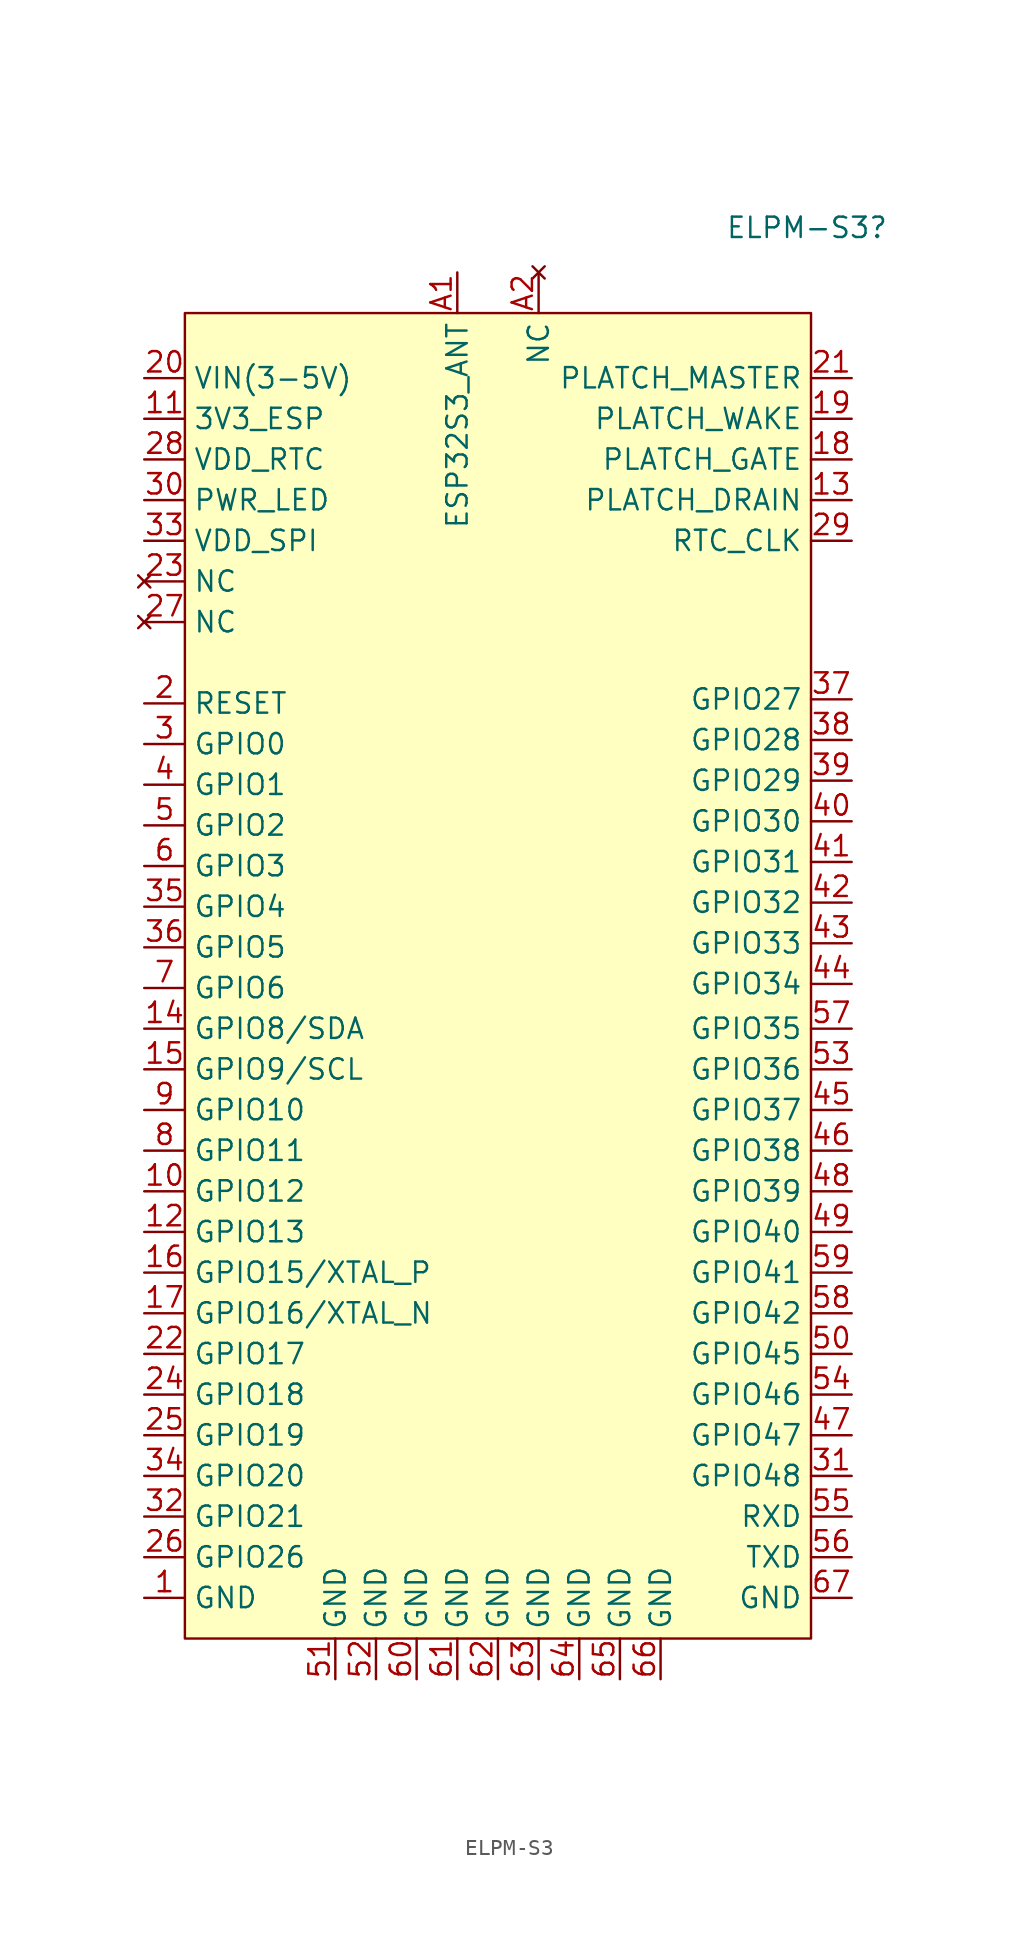
<source format=kicad_sym>
(kicad_symbol_lib
  (version 20231120)
  (generator "kicad_symbol_editor")
  (generator_version "8.0")
  (symbol "ELPM-S3"
    (property "Reference" "ELPM-S3"
      (at 19.304 45.466 0)
      (effects (font (size 1.27 1.27))))
    (property "Value" ""
      (at 11.684 45.212 0)
      (effects (font (size 1.27 1.27))))
    (symbol "ELPM-S3_1_1"
      (rectangle (start -19.558 40.132) (end 19.558 -42.672) (stroke (width 0) (type default)) (fill (type background)))
      (pin input line (at -22.098 -40.132 0) (length 2.54) (name "GND" (effects (font (size 1.27 1.27)))) (number "1" (effects (font (size 1.27 1.27)))))
      (pin input line (at -22.098 -14.732 0) (length 2.54) (name "GPIO12" (effects (font (size 1.27 1.27)))) (number "10" (effects (font (size 1.27 1.27)))))
      (pin input line (at -22.098 33.528 0) (length 2.54) (name "3V3_ESP" (effects (font (size 1.27 1.27)))) (number "11" (effects (font (size 1.27 1.27)))))
      (pin input line (at -22.098 -17.272 0) (length 2.54) (name "GPIO13" (effects (font (size 1.27 1.27)))) (number "12" (effects (font (size 1.27 1.27)))))
      (pin input line (at 22.098 28.448 180) (length 2.54) (name "PLATCH_DRAIN" (effects (font (size 1.27 1.27)))) (number "13" (effects (font (size 1.27 1.27)))))
      (pin input line (at -22.098 -4.572 0) (length 2.54) (name "GPIO8/SDA" (effects (font (size 1.27 1.27)))) (number "14" (effects (font (size 1.27 1.27)))))
      (pin input line (at -22.098 -7.112 0) (length 2.54) (name "GPIO9/SCL" (effects (font (size 1.27 1.27)))) (number "15" (effects (font (size 1.27 1.27)))))
      (pin input line (at -22.098 -19.812 0) (length 2.54) (name "GPIO15/XTAL_P" (effects (font (size 1.27 1.27)))) (number "16" (effects (font (size 1.27 1.27)))))
      (pin input line (at -22.098 -22.352 0) (length 2.54) (name "GPIO16/XTAL_N" (effects (font (size 1.27 1.27)))) (number "17" (effects (font (size 1.27 1.27)))))
      (pin input line (at 22.098 30.988 180) (length 2.54) (name "PLATCH_GATE" (effects (font (size 1.27 1.27)))) (number "18" (effects (font (size 1.27 1.27)))))
      (pin input line (at 22.098 33.528 180) (length 2.54) (name "PLATCH_WAKE" (effects (font (size 1.27 1.27)))) (number "19" (effects (font (size 1.27 1.27)))))
      (pin input line (at -22.098 15.748 0) (length 2.54) (name "RESET" (effects (font (size 1.27 1.27)))) (number "2" (effects (font (size 1.27 1.27)))))
      (pin input line (at -22.098 36.068 0) (length 2.54) (name "VIN(3-5V)" (effects (font (size 1.27 1.27)))) (number "20" (effects (font (size 1.27 1.27)))))
      (pin input line (at 22.098 36.068 180) (length 2.54) (name "PLATCH_MASTER" (effects (font (size 1.27 1.27)))) (number "21" (effects (font (size 1.27 1.27)))))
      (pin input line (at -22.098 -24.892 0) (length 2.54) (name "GPIO17" (effects (font (size 1.27 1.27)))) (number "22" (effects (font (size 1.27 1.27)))))
      (pin no_connect line (at -22.098 23.368 0) (length 2.54) (name "NC" (effects (font (size 1.27 1.27)))) (number "23" (effects (font (size 1.27 1.27)))))
      (pin input line (at -22.098 -27.432 0) (length 2.54) (name "GPIO18" (effects (font (size 1.27 1.27)))) (number "24" (effects (font (size 1.27 1.27)))))
      (pin input line (at -22.098 -29.972 0) (length 2.54) (name "GPIO19" (effects (font (size 1.27 1.27)))) (number "25" (effects (font (size 1.27 1.27)))))
      (pin input line (at -22.098 -37.592 0) (length 2.54) (name "GPIO26" (effects (font (size 1.27 1.27)))) (number "26" (effects (font (size 1.27 1.27)))))
      (pin no_connect line (at -22.098 20.828 0) (length 2.54) (name "NC" (effects (font (size 1.27 1.27)))) (number "27" (effects (font (size 1.27 1.27)))))
      (pin input line (at -22.098 30.988 0) (length 2.54) (name "VDD_RTC" (effects (font (size 1.27 1.27)))) (number "28" (effects (font (size 1.27 1.27)))))
      (pin input line (at 22.098 25.908 180) (length 2.54) (name "RTC_CLK" (effects (font (size 1.27 1.27)))) (number "29" (effects (font (size 1.27 1.27)))))
      (pin input line (at -22.098 13.208 0) (length 2.54) (name "GPIO0" (effects (font (size 1.27 1.27)))) (number "3" (effects (font (size 1.27 1.27)))))
      (pin input line (at -22.098 28.448 0) (length 2.54) (name "PWR_LED" (effects (font (size 1.27 1.27)))) (number "30" (effects (font (size 1.27 1.27)))))
      (pin input line (at 22.098 -32.512 180) (length 2.54) (name "GPIO48" (effects (font (size 1.27 1.27)))) (number "31" (effects (font (size 1.27 1.27)))))
      (pin input line (at -22.098 -35.052 0) (length 2.54) (name "GPIO21" (effects (font (size 1.27 1.27)))) (number "32" (effects (font (size 1.27 1.27)))))
      (pin input line (at -22.098 25.908 0) (length 2.54) (name "VDD_SPI" (effects (font (size 1.27 1.27)))) (number "33" (effects (font (size 1.27 1.27)))))
      (pin input line (at -22.098 -32.512 0) (length 2.54) (name "GPIO20" (effects (font (size 1.27 1.27)))) (number "34" (effects (font (size 1.27 1.27)))))
      (pin input line (at -22.098 3.048 0) (length 2.54) (name "GPIO4" (effects (font (size 1.27 1.27)))) (number "35" (effects (font (size 1.27 1.27)))))
      (pin input line (at -22.098 0.508 0) (length 2.54) (name "GPIO5" (effects (font (size 1.27 1.27)))) (number "36" (effects (font (size 1.27 1.27)))))
      (pin input line (at 22.098 16.002 180) (length 2.54) (name "GPIO27" (effects (font (size 1.27 1.27)))) (number "37" (effects (font (size 1.27 1.27)))))
      (pin input line (at 22.098 13.462 180) (length 2.54) (name "GPIO28" (effects (font (size 1.27 1.27)))) (number "38" (effects (font (size 1.27 1.27)))))
      (pin input line (at 22.098 10.922 180) (length 2.54) (name "GPIO29" (effects (font (size 1.27 1.27)))) (number "39" (effects (font (size 1.27 1.27)))))
      (pin input line (at -22.098 10.668 0) (length 2.54) (name "GPIO1" (effects (font (size 1.27 1.27)))) (number "4" (effects (font (size 1.27 1.27)))))
      (pin input line (at 22.098 8.382 180) (length 2.54) (name "GPIO30" (effects (font (size 1.27 1.27)))) (number "40" (effects (font (size 1.27 1.27)))))
      (pin input line (at 22.098 5.842 180) (length 2.54) (name "GPIO31" (effects (font (size 1.27 1.27)))) (number "41" (effects (font (size 1.27 1.27)))))
      (pin input line (at 22.098 3.302 180) (length 2.54) (name "GPIO32" (effects (font (size 1.27 1.27)))) (number "42" (effects (font (size 1.27 1.27)))))
      (pin input line (at 22.098 0.762 180) (length 2.54) (name "GPIO33" (effects (font (size 1.27 1.27)))) (number "43" (effects (font (size 1.27 1.27)))))
      (pin input line (at 22.098 -1.778 180) (length 2.54) (name "GPIO34" (effects (font (size 1.27 1.27)))) (number "44" (effects (font (size 1.27 1.27)))))
      (pin input line (at 22.098 -9.652 180) (length 2.54) (name "GPIO37" (effects (font (size 1.27 1.27)))) (number "45" (effects (font (size 1.27 1.27)))))
      (pin input line (at 22.098 -12.192 180) (length 2.54) (name "GPIO38" (effects (font (size 1.27 1.27)))) (number "46" (effects (font (size 1.27 1.27)))))
      (pin input line (at 22.098 -29.972 180) (length 2.54) (name "GPIO47" (effects (font (size 1.27 1.27)))) (number "47" (effects (font (size 1.27 1.27)))))
      (pin input line (at 22.098 -14.732 180) (length 2.54) (name "GPIO39" (effects (font (size 1.27 1.27)))) (number "48" (effects (font (size 1.27 1.27)))))
      (pin input line (at 22.098 -17.272 180) (length 2.54) (name "GPIO40" (effects (font (size 1.27 1.27)))) (number "49" (effects (font (size 1.27 1.27)))))
      (pin input line (at -22.098 8.128 0) (length 2.54) (name "GPIO2" (effects (font (size 1.27 1.27)))) (number "5" (effects (font (size 1.27 1.27)))))
      (pin input line (at 22.098 -24.892 180) (length 2.54) (name "GPIO45" (effects (font (size 1.27 1.27)))) (number "50" (effects (font (size 1.27 1.27)))))
      (pin input line (at -10.16 -45.212 90) (length 2.54) (name "GND" (effects (font (size 1.27 1.27)))) (number "51" (effects (font (size 1.27 1.27)))))
      (pin input line (at -7.62 -45.212 90) (length 2.54) (name "GND" (effects (font (size 1.27 1.27)))) (number "52" (effects (font (size 1.27 1.27)))))
      (pin input line (at 22.098 -7.112 180) (length 2.54) (name "GPIO36" (effects (font (size 1.27 1.27)))) (number "53" (effects (font (size 1.27 1.27)))))
      (pin input line (at 22.098 -27.432 180) (length 2.54) (name "GPIO46" (effects (font (size 1.27 1.27)))) (number "54" (effects (font (size 1.27 1.27)))))
      (pin input line (at 22.098 -35.052 180) (length 2.54) (name "RXD" (effects (font (size 1.27 1.27)))) (number "55" (effects (font (size 1.27 1.27)))))
      (pin input line (at 22.098 -37.592 180) (length 2.54) (name "TXD" (effects (font (size 1.27 1.27)))) (number "56" (effects (font (size 1.27 1.27)))))
      (pin input line (at 22.098 -4.572 180) (length 2.54) (name "GPIO35" (effects (font (size 1.27 1.27)))) (number "57" (effects (font (size 1.27 1.27)))))
      (pin input line (at 22.098 -22.352 180) (length 2.54) (name "GPIO42" (effects (font (size 1.27 1.27)))) (number "58" (effects (font (size 1.27 1.27)))))
      (pin input line (at 22.098 -19.812 180) (length 2.54) (name "GPIO41" (effects (font (size 1.27 1.27)))) (number "59" (effects (font (size 1.27 1.27)))))
      (pin input line (at -22.098 5.588 0) (length 2.54) (name "GPIO3" (effects (font (size 1.27 1.27)))) (number "6" (effects (font (size 1.27 1.27)))))
      (pin input line (at -5.08 -45.212 90) (length 2.54) (name "GND" (effects (font (size 1.27 1.27)))) (number "60" (effects (font (size 1.27 1.27)))))
      (pin input line (at -2.54 -45.212 90) (length 2.54) (name "GND" (effects (font (size 1.27 1.27)))) (number "61" (effects (font (size 1.27 1.27)))))
      (pin input line (at 0 -45.212 90) (length 2.54) (name "GND" (effects (font (size 1.27 1.27)))) (number "62" (effects (font (size 1.27 1.27)))))
      (pin input line (at 2.54 -45.212 90) (length 2.54) (name "GND" (effects (font (size 1.27 1.27)))) (number "63" (effects (font (size 1.27 1.27)))))
      (pin input line (at 5.08 -45.212 90) (length 2.54) (name "GND" (effects (font (size 1.27 1.27)))) (number "64" (effects (font (size 1.27 1.27)))))
      (pin input line (at 7.62 -45.212 90) (length 2.54) (name "GND" (effects (font (size 1.27 1.27)))) (number "65" (effects (font (size 1.27 1.27)))))
      (pin input line (at 10.16 -45.212 90) (length 2.54) (name "GND" (effects (font (size 1.27 1.27)))) (number "66" (effects (font (size 1.27 1.27)))))
      (pin input line (at 22.098 -40.132 180) (length 2.54) (name "GND" (effects (font (size 1.27 1.27)))) (number "67" (effects (font (size 1.27 1.27)))))
      (pin input line (at -22.098 -2.032 0) (length 2.54) (name "GPIO6" (effects (font (size 1.27 1.27)))) (number "7" (effects (font (size 1.27 1.27)))))
      (pin input line (at -22.098 -12.192 0) (length 2.54) (name "GPIO11" (effects (font (size 1.27 1.27)))) (number "8" (effects (font (size 1.27 1.27)))))
      (pin input line (at -22.098 -9.652 0) (length 2.54) (name "GPIO10" (effects (font (size 1.27 1.27)))) (number "9" (effects (font (size 1.27 1.27)))))
      (pin input line (at -2.54 42.672 270) (length 2.54) (name "ESP32S3_ANT" (effects (font (size 1.27 1.27)))) (number "A1" (effects (font (size 1.27 1.27)))))
      (pin no_connect line (at 2.54 42.672 270) (length 2.54) (name "NC" (effects (font (size 1.27 1.27)))) (number "A2" (effects (font (size 1.27 1.27))))))))
</source>
